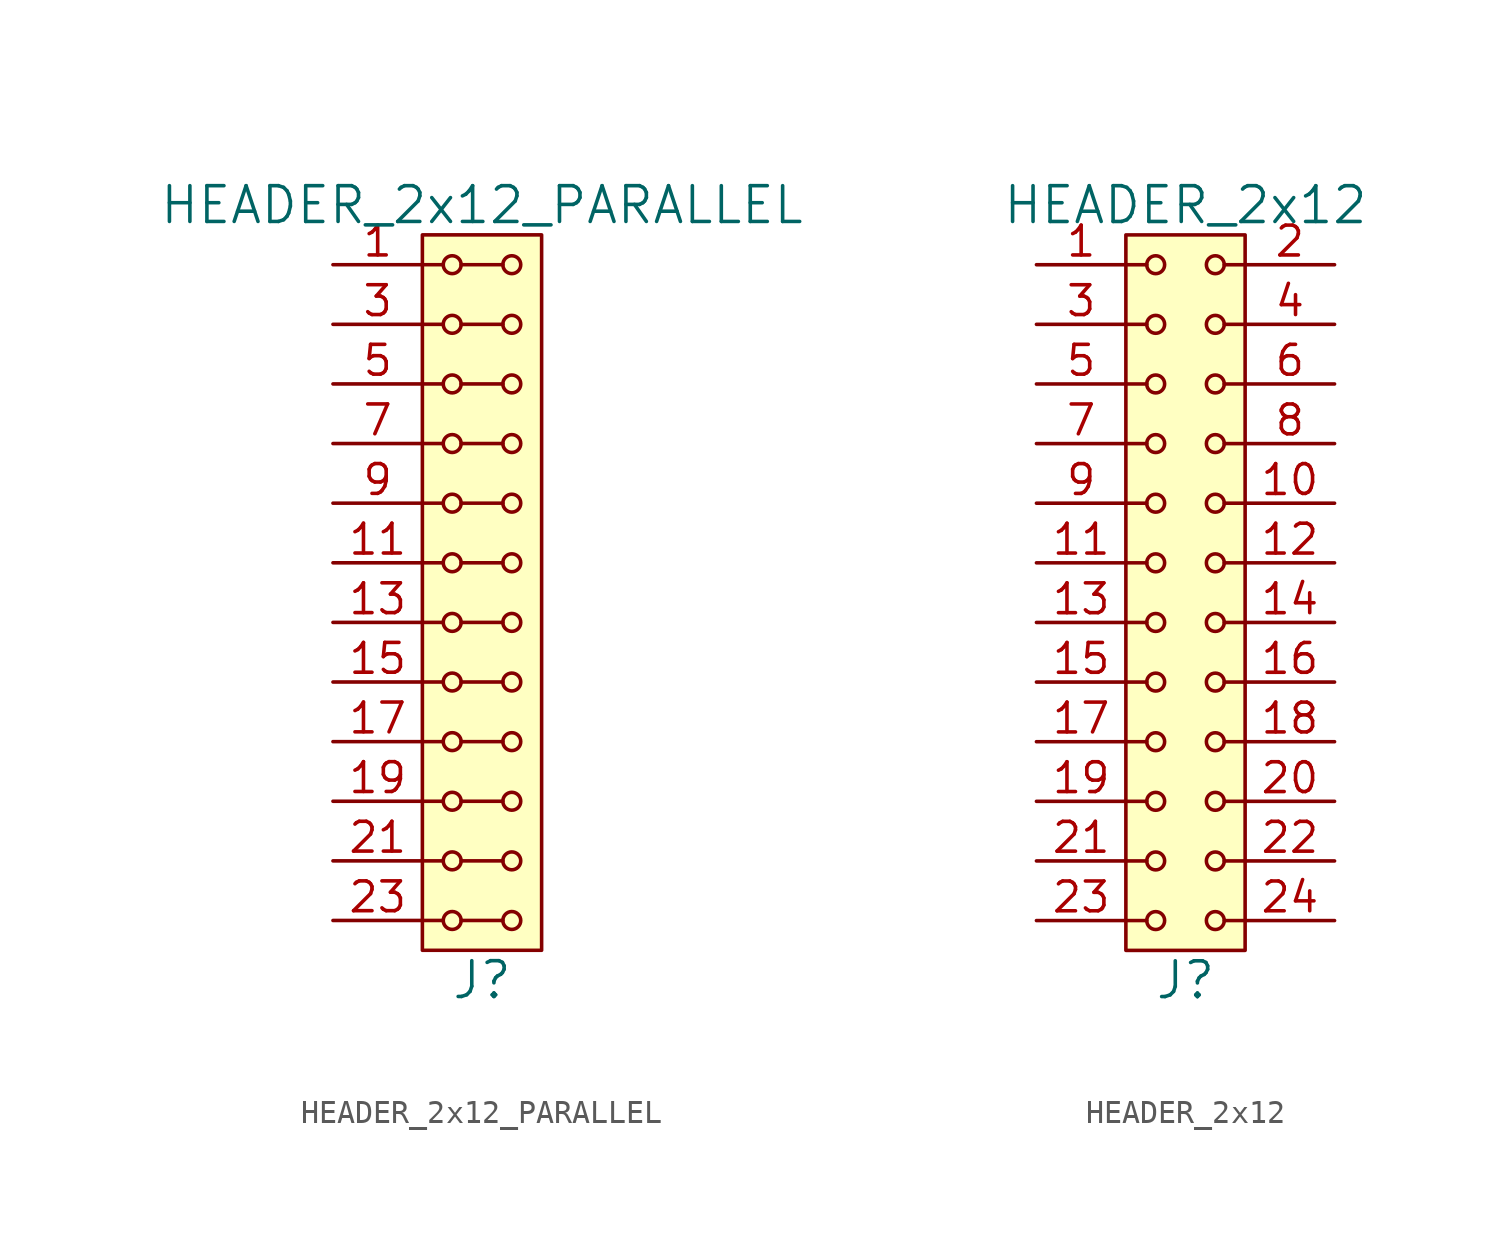
<source format=kicad_sym>
(kicad_symbol_lib
  (version 20211014)
  (generator kicad_symbol_editor)
  (symbol "HEADER_2x12_PARALLEL"
    (pin_names
      (offset 1.016))
    (property "Reference" "J"
      (at 0 -16.51 0)
      (effects (font (size 1.524 1.524))))
    (property "Value" "HEADER_2x12_PARALLEL"
      (at 0 16.51 0)
      (effects (font (size 1.524 1.524))))
    (property "Footprint" ""
      (at 0 13.97 0)
      (effects (font (size 1.524 1.524))))
    (property "Datasheet" ""
      (at 0 13.97 0)
      (effects (font (size 1.524 1.524))))
    (symbol "HEADER_2x12_PARALLEL_0_1"
      (rectangle (start -2.54 15.24) (end 2.54 -15.24) (stroke (width 0) (type default) (color 0 0 0 0)) (fill (type background)))
      (circle (center -1.27 -13.97) (radius 0.381) (stroke (width 0) (type default) (color 0 0 0 0)) (fill (type none)))
      (circle (center -1.27 -11.43) (radius 0.381) (stroke (width 0) (type default) (color 0 0 0 0)) (fill (type none)))
      (circle (center -1.27 -8.89) (radius 0.381) (stroke (width 0) (type default) (color 0 0 0 0)) (fill (type none)))
      (circle (center -1.27 -6.35) (radius 0.381) (stroke (width 0) (type default) (color 0 0 0 0)) (fill (type none)))
      (circle (center -1.27 -3.81) (radius 0.381) (stroke (width 0) (type default) (color 0 0 0 0)) (fill (type none)))
      (circle (center -1.27 -1.27) (radius 0.381) (stroke (width 0) (type default) (color 0 0 0 0)) (fill (type none)))
      (circle (center -1.27 1.27) (radius 0.381) (stroke (width 0) (type default) (color 0 0 0 0)) (fill (type none)))
      (circle (center -1.27 3.81) (radius 0.381) (stroke (width 0) (type default) (color 0 0 0 0)) (fill (type none)))
      (circle (center -1.27 6.35) (radius 0.381) (stroke (width 0) (type default) (color 0 0 0 0)) (fill (type none)))
      (circle (center -1.27 8.89) (radius 0.381) (stroke (width 0) (type default) (color 0 0 0 0)) (fill (type none)))
      (circle (center -1.27 11.43) (radius 0.381) (stroke (width 0) (type default) (color 0 0 0 0)) (fill (type none)))
      (circle (center -1.27 13.97) (radius 0.381) (stroke (width 0) (type default) (color 0 0 0 0)) (fill (type none)))
      (polyline (pts (xy -1.651 -13.97) (xy -2.54 -13.97)) (stroke (width 0) (type default) (color 0 0 0 0)) (fill (type none)))
      (polyline (pts (xy -1.651 -11.43) (xy -2.54 -11.43)) (stroke (width 0) (type default) (color 0 0 0 0)) (fill (type none)))
      (polyline (pts (xy -1.651 -8.89) (xy -2.54 -8.89)) (stroke (width 0) (type default) (color 0 0 0 0)) (fill (type none)))
      (polyline (pts (xy -1.651 -6.35) (xy -2.54 -6.35)) (stroke (width 0) (type default) (color 0 0 0 0)) (fill (type none)))
      (polyline (pts (xy -1.651 -3.81) (xy -2.54 -3.81)) (stroke (width 0) (type default) (color 0 0 0 0)) (fill (type none)))
      (polyline (pts (xy -1.651 -1.27) (xy -2.54 -1.27)) (stroke (width 0) (type default) (color 0 0 0 0)) (fill (type none)))
      (polyline (pts (xy -1.651 1.27) (xy -2.54 1.27)) (stroke (width 0) (type default) (color 0 0 0 0)) (fill (type none)))
      (polyline (pts (xy -1.651 3.81) (xy -2.54 3.81)) (stroke (width 0) (type default) (color 0 0 0 0)) (fill (type none)))
      (polyline (pts (xy -1.651 6.35) (xy -2.54 6.35)) (stroke (width 0) (type default) (color 0 0 0 0)) (fill (type none)))
      (polyline (pts (xy -1.651 8.89) (xy -2.54 8.89)) (stroke (width 0) (type default) (color 0 0 0 0)) (fill (type none)))
      (polyline (pts (xy -1.651 11.43) (xy -2.54 11.43)) (stroke (width 0) (type default) (color 0 0 0 0)) (fill (type none)))
      (polyline (pts (xy -1.651 13.97) (xy -2.54 13.97)) (stroke (width 0) (type default) (color 0 0 0 0)) (fill (type none)))
      (polyline (pts (xy -0.889 -13.97) (xy 0.889 -13.97)) (stroke (width 0) (type default) (color 0 0 0 0)) (fill (type none)))
      (polyline (pts (xy -0.889 -11.43) (xy 0.889 -11.43)) (stroke (width 0) (type default) (color 0 0 0 0)) (fill (type none)))
      (polyline (pts (xy -0.889 -8.89) (xy 0.889 -8.89)) (stroke (width 0) (type default) (color 0 0 0 0)) (fill (type none)))
      (polyline (pts (xy -0.889 -6.35) (xy 0.889 -6.35)) (stroke (width 0) (type default) (color 0 0 0 0)) (fill (type none)))
      (polyline (pts (xy -0.889 -3.81) (xy 0.889 -3.81)) (stroke (width 0) (type default) (color 0 0 0 0)) (fill (type none)))
      (polyline (pts (xy -0.889 -1.27) (xy 0.889 -1.27)) (stroke (width 0) (type default) (color 0 0 0 0)) (fill (type none)))
      (polyline (pts (xy -0.889 1.27) (xy 0.889 1.27)) (stroke (width 0) (type default) (color 0 0 0 0)) (fill (type none)))
      (polyline (pts (xy -0.889 3.81) (xy 0.889 3.81)) (stroke (width 0) (type default) (color 0 0 0 0)) (fill (type none)))
      (polyline (pts (xy -0.889 6.35) (xy 0.889 6.35)) (stroke (width 0) (type default) (color 0 0 0 0)) (fill (type none)))
      (polyline (pts (xy -0.889 8.89) (xy 0.889 8.89)) (stroke (width 0) (type default) (color 0 0 0 0)) (fill (type none)))
      (polyline (pts (xy -0.889 11.43) (xy 0.889 11.43)) (stroke (width 0) (type default) (color 0 0 0 0)) (fill (type none)))
      (polyline (pts (xy -0.889 13.97) (xy 0.889 13.97)) (stroke (width 0) (type default) (color 0 0 0 0)) (fill (type none)))
      (circle (center 1.27 -13.97) (radius 0.381) (stroke (width 0) (type default) (color 0 0 0 0)) (fill (type none)))
      (circle (center 1.27 -11.43) (radius 0.381) (stroke (width 0) (type default) (color 0 0 0 0)) (fill (type none)))
      (circle (center 1.27 -8.89) (radius 0.381) (stroke (width 0) (type default) (color 0 0 0 0)) (fill (type none)))
      (circle (center 1.27 -6.35) (radius 0.381) (stroke (width 0) (type default) (color 0 0 0 0)) (fill (type none)))
      (circle (center 1.27 -3.81) (radius 0.381) (stroke (width 0) (type default) (color 0 0 0 0)) (fill (type none)))
      (circle (center 1.27 -1.27) (radius 0.381) (stroke (width 0) (type default) (color 0 0 0 0)) (fill (type none)))
      (circle (center 1.27 1.27) (radius 0.381) (stroke (width 0) (type default) (color 0 0 0 0)) (fill (type none)))
      (circle (center 1.27 3.81) (radius 0.381) (stroke (width 0) (type default) (color 0 0 0 0)) (fill (type none)))
      (circle (center 1.27 6.35) (radius 0.381) (stroke (width 0) (type default) (color 0 0 0 0)) (fill (type none)))
      (circle (center 1.27 8.89) (radius 0.381) (stroke (width 0) (type default) (color 0 0 0 0)) (fill (type none)))
      (circle (center 1.27 11.43) (radius 0.381) (stroke (width 0) (type default) (color 0 0 0 0)) (fill (type none)))
      (circle (center 1.27 13.97) (radius 0.381) (stroke (width 0) (type default) (color 0 0 0 0)) (fill (type none))))
    (symbol "HEADER_2x12_PARALLEL_1_1"
      (pin input line (at -6.35 13.97 0) (length 3.81) (name "~" (effects (font (size 1.27 1.27)))) (number "1" (effects (font (size 1.27 1.27)))))
      (pin input line (at -6.35 3.81 0) (length 3.81) hide (name "~" (effects (font (size 1.27 1.27)))) (number "10" (effects (font (size 1.27 1.27)))))
      (pin input line (at -6.35 1.27 0) (length 3.81) (name "~" (effects (font (size 1.27 1.27)))) (number "11" (effects (font (size 1.27 1.27)))))
      (pin input line (at -6.35 1.27 0) (length 3.81) hide (name "~" (effects (font (size 1.27 1.27)))) (number "12" (effects (font (size 1.27 1.27)))))
      (pin input line (at -6.35 -1.27 0) (length 3.81) (name "~" (effects (font (size 1.27 1.27)))) (number "13" (effects (font (size 1.27 1.27)))))
      (pin input line (at -6.35 -1.27 0) (length 3.81) hide (name "~" (effects (font (size 1.27 1.27)))) (number "14" (effects (font (size 1.27 1.27)))))
      (pin input line (at -6.35 -3.81 0) (length 3.81) (name "~" (effects (font (size 1.27 1.27)))) (number "15" (effects (font (size 1.27 1.27)))))
      (pin input line (at -6.35 -3.81 0) (length 3.81) hide (name "~" (effects (font (size 1.27 1.27)))) (number "16" (effects (font (size 1.27 1.27)))))
      (pin input line (at -6.35 -6.35 0) (length 3.81) (name "~" (effects (font (size 1.27 1.27)))) (number "17" (effects (font (size 1.27 1.27)))))
      (pin input line (at -6.35 -6.35 0) (length 3.81) hide (name "~" (effects (font (size 1.27 1.27)))) (number "18" (effects (font (size 1.27 1.27)))))
      (pin input line (at -6.35 -8.89 0) (length 3.81) (name "~" (effects (font (size 1.27 1.27)))) (number "19" (effects (font (size 1.27 1.27)))))
      (pin input line (at -6.35 13.97 0) (length 3.81) hide (name "~" (effects (font (size 1.27 1.27)))) (number "2" (effects (font (size 1.27 1.27)))))
      (pin input line (at -6.35 -8.89 0) (length 3.81) hide (name "~" (effects (font (size 1.27 1.27)))) (number "20" (effects (font (size 1.27 1.27)))))
      (pin input line (at -6.35 -11.43 0) (length 3.81) (name "~" (effects (font (size 1.27 1.27)))) (number "21" (effects (font (size 1.27 1.27)))))
      (pin input line (at -6.35 -11.43 0) (length 3.81) hide (name "~" (effects (font (size 1.27 1.27)))) (number "22" (effects (font (size 1.27 1.27)))))
      (pin input line (at -6.35 -13.97 0) (length 3.81) (name "~" (effects (font (size 1.27 1.27)))) (number "23" (effects (font (size 1.27 1.27)))))
      (pin input line (at -6.35 -13.97 0) (length 3.81) hide (name "~" (effects (font (size 1.27 1.27)))) (number "24" (effects (font (size 1.27 1.27)))))
      (pin input line (at -6.35 11.43 0) (length 3.81) (name "~" (effects (font (size 1.27 1.27)))) (number "3" (effects (font (size 1.27 1.27)))))
      (pin input line (at -6.35 11.43 0) (length 3.81) hide (name "~" (effects (font (size 1.27 1.27)))) (number "4" (effects (font (size 1.27 1.27)))))
      (pin input line (at -6.35 8.89 0) (length 3.81) (name "~" (effects (font (size 1.27 1.27)))) (number "5" (effects (font (size 1.27 1.27)))))
      (pin input line (at -6.35 8.89 0) (length 3.81) hide (name "~" (effects (font (size 1.27 1.27)))) (number "6" (effects (font (size 1.27 1.27)))))
      (pin input line (at -6.35 6.35 0) (length 3.81) (name "~" (effects (font (size 1.27 1.27)))) (number "7" (effects (font (size 1.27 1.27)))))
      (pin input line (at -6.35 6.35 0) (length 3.81) hide (name "~" (effects (font (size 1.27 1.27)))) (number "8" (effects (font (size 1.27 1.27)))))
      (pin input line (at -6.35 3.81 0) (length 3.81) (name "~" (effects (font (size 1.27 1.27)))) (number "9" (effects (font (size 1.27 1.27)))))))
  (symbol "HEADER_2x12"
    (pin_names
      (offset 1.016))
    (property "Reference" "J"
      (at 0 -16.51 0)
      (effects (font (size 1.524 1.524))))
    (property "Value" "HEADER_2x12"
      (at 0 16.51 0)
      (effects (font (size 1.524 1.524))))
    (property "Footprint" ""
      (at 0 13.97 0)
      (effects (font (size 1.524 1.524))))
    (property "Datasheet" ""
      (at 0 13.97 0)
      (effects (font (size 1.524 1.524))))
    (symbol "HEADER_2x12_0_1"
      (rectangle (start -2.54 15.24) (end 2.54 -15.24) (stroke (width 0) (type default) (color 0 0 0 0)) (fill (type background)))
      (circle (center -1.27 -13.97) (radius 0.381) (stroke (width 0) (type default) (color 0 0 0 0)) (fill (type none)))
      (circle (center -1.27 -11.43) (radius 0.381) (stroke (width 0) (type default) (color 0 0 0 0)) (fill (type none)))
      (circle (center -1.27 -8.89) (radius 0.381) (stroke (width 0) (type default) (color 0 0 0 0)) (fill (type none)))
      (circle (center -1.27 -6.35) (radius 0.381) (stroke (width 0) (type default) (color 0 0 0 0)) (fill (type none)))
      (circle (center -1.27 -3.81) (radius 0.381) (stroke (width 0) (type default) (color 0 0 0 0)) (fill (type none)))
      (circle (center -1.27 -1.27) (radius 0.381) (stroke (width 0) (type default) (color 0 0 0 0)) (fill (type none)))
      (circle (center -1.27 1.27) (radius 0.381) (stroke (width 0) (type default) (color 0 0 0 0)) (fill (type none)))
      (circle (center -1.27 3.81) (radius 0.381) (stroke (width 0) (type default) (color 0 0 0 0)) (fill (type none)))
      (circle (center -1.27 6.35) (radius 0.381) (stroke (width 0) (type default) (color 0 0 0 0)) (fill (type none)))
      (circle (center -1.27 8.89) (radius 0.381) (stroke (width 0) (type default) (color 0 0 0 0)) (fill (type none)))
      (circle (center -1.27 11.43) (radius 0.381) (stroke (width 0) (type default) (color 0 0 0 0)) (fill (type none)))
      (circle (center -1.27 13.97) (radius 0.381) (stroke (width 0) (type default) (color 0 0 0 0)) (fill (type none)))
      (polyline (pts (xy -1.651 -13.97) (xy -2.54 -13.97)) (stroke (width 0) (type default) (color 0 0 0 0)) (fill (type none)))
      (polyline (pts (xy -1.651 -11.43) (xy -2.54 -11.43)) (stroke (width 0) (type default) (color 0 0 0 0)) (fill (type none)))
      (polyline (pts (xy -1.651 -8.89) (xy -2.54 -8.89)) (stroke (width 0) (type default) (color 0 0 0 0)) (fill (type none)))
      (polyline (pts (xy -1.651 -6.35) (xy -2.54 -6.35)) (stroke (width 0) (type default) (color 0 0 0 0)) (fill (type none)))
      (polyline (pts (xy -1.651 -3.81) (xy -2.54 -3.81)) (stroke (width 0) (type default) (color 0 0 0 0)) (fill (type none)))
      (polyline (pts (xy -1.651 -1.27) (xy -2.54 -1.27)) (stroke (width 0) (type default) (color 0 0 0 0)) (fill (type none)))
      (polyline (pts (xy -1.651 1.27) (xy -2.54 1.27)) (stroke (width 0) (type default) (color 0 0 0 0)) (fill (type none)))
      (polyline (pts (xy -1.651 3.81) (xy -2.54 3.81)) (stroke (width 0) (type default) (color 0 0 0 0)) (fill (type none)))
      (polyline (pts (xy -1.651 6.35) (xy -2.54 6.35)) (stroke (width 0) (type default) (color 0 0 0 0)) (fill (type none)))
      (polyline (pts (xy -1.651 8.89) (xy -2.54 8.89)) (stroke (width 0) (type default) (color 0 0 0 0)) (fill (type none)))
      (polyline (pts (xy -1.651 11.43) (xy -2.54 11.43)) (stroke (width 0) (type default) (color 0 0 0 0)) (fill (type none)))
      (polyline (pts (xy -1.651 13.97) (xy -2.54 13.97)) (stroke (width 0) (type default) (color 0 0 0 0)) (fill (type none)))
      (polyline (pts (xy 1.651 -13.97) (xy 2.54 -13.97)) (stroke (width 0) (type default) (color 0 0 0 0)) (fill (type none)))
      (polyline (pts (xy 1.651 -11.43) (xy 2.54 -11.43)) (stroke (width 0) (type default) (color 0 0 0 0)) (fill (type none)))
      (polyline (pts (xy 1.651 -8.89) (xy 2.54 -8.89)) (stroke (width 0) (type default) (color 0 0 0 0)) (fill (type none)))
      (polyline (pts (xy 1.651 -6.35) (xy 2.54 -6.35)) (stroke (width 0) (type default) (color 0 0 0 0)) (fill (type none)))
      (polyline (pts (xy 1.651 -3.81) (xy 2.54 -3.81)) (stroke (width 0) (type default) (color 0 0 0 0)) (fill (type none)))
      (polyline (pts (xy 1.651 -1.27) (xy 2.54 -1.27)) (stroke (width 0) (type default) (color 0 0 0 0)) (fill (type none)))
      (polyline (pts (xy 1.651 1.27) (xy 2.54 1.27)) (stroke (width 0) (type default) (color 0 0 0 0)) (fill (type none)))
      (polyline (pts (xy 1.651 3.81) (xy 2.54 3.81)) (stroke (width 0) (type default) (color 0 0 0 0)) (fill (type none)))
      (polyline (pts (xy 1.651 6.35) (xy 2.54 6.35)) (stroke (width 0) (type default) (color 0 0 0 0)) (fill (type none)))
      (polyline (pts (xy 1.651 8.89) (xy 2.54 8.89)) (stroke (width 0) (type default) (color 0 0 0 0)) (fill (type none)))
      (polyline (pts (xy 1.651 11.43) (xy 2.54 11.43)) (stroke (width 0) (type default) (color 0 0 0 0)) (fill (type none)))
      (polyline (pts (xy 1.651 13.97) (xy 2.54 13.97)) (stroke (width 0) (type default) (color 0 0 0 0)) (fill (type none)))
      (circle (center 1.27 -13.97) (radius 0.381) (stroke (width 0) (type default) (color 0 0 0 0)) (fill (type none)))
      (circle (center 1.27 -11.43) (radius 0.381) (stroke (width 0) (type default) (color 0 0 0 0)) (fill (type none)))
      (circle (center 1.27 -8.89) (radius 0.381) (stroke (width 0) (type default) (color 0 0 0 0)) (fill (type none)))
      (circle (center 1.27 -6.35) (radius 0.381) (stroke (width 0) (type default) (color 0 0 0 0)) (fill (type none)))
      (circle (center 1.27 -3.81) (radius 0.381) (stroke (width 0) (type default) (color 0 0 0 0)) (fill (type none)))
      (circle (center 1.27 -1.27) (radius 0.381) (stroke (width 0) (type default) (color 0 0 0 0)) (fill (type none)))
      (circle (center 1.27 1.27) (radius 0.381) (stroke (width 0) (type default) (color 0 0 0 0)) (fill (type none)))
      (circle (center 1.27 3.81) (radius 0.381) (stroke (width 0) (type default) (color 0 0 0 0)) (fill (type none)))
      (circle (center 1.27 6.35) (radius 0.381) (stroke (width 0) (type default) (color 0 0 0 0)) (fill (type none)))
      (circle (center 1.27 8.89) (radius 0.381) (stroke (width 0) (type default) (color 0 0 0 0)) (fill (type none)))
      (circle (center 1.27 11.43) (radius 0.381) (stroke (width 0) (type default) (color 0 0 0 0)) (fill (type none)))
      (circle (center 1.27 13.97) (radius 0.381) (stroke (width 0) (type default) (color 0 0 0 0)) (fill (type none))))
    (symbol "HEADER_2x12_1_1"
      (pin input line (at -6.35 13.97 0) (length 3.81) (name "~" (effects (font (size 1.27 1.27)))) (number "1" (effects (font (size 1.27 1.27)))))
      (pin input line (at 6.35 3.81 180) (length 3.81) (name "~" (effects (font (size 1.27 1.27)))) (number "10" (effects (font (size 1.27 1.27)))))
      (pin input line (at -6.35 1.27 0) (length 3.81) (name "~" (effects (font (size 1.27 1.27)))) (number "11" (effects (font (size 1.27 1.27)))))
      (pin input line (at 6.35 1.27 180) (length 3.81) (name "~" (effects (font (size 1.27 1.27)))) (number "12" (effects (font (size 1.27 1.27)))))
      (pin input line (at -6.35 -1.27 0) (length 3.81) (name "~" (effects (font (size 1.27 1.27)))) (number "13" (effects (font (size 1.27 1.27)))))
      (pin input line (at 6.35 -1.27 180) (length 3.81) (name "~" (effects (font (size 1.27 1.27)))) (number "14" (effects (font (size 1.27 1.27)))))
      (pin input line (at -6.35 -3.81 0) (length 3.81) (name "~" (effects (font (size 1.27 1.27)))) (number "15" (effects (font (size 1.27 1.27)))))
      (pin input line (at 6.35 -3.81 180) (length 3.81) (name "~" (effects (font (size 1.27 1.27)))) (number "16" (effects (font (size 1.27 1.27)))))
      (pin input line (at -6.35 -6.35 0) (length 3.81) (name "~" (effects (font (size 1.27 1.27)))) (number "17" (effects (font (size 1.27 1.27)))))
      (pin input line (at 6.35 -6.35 180) (length 3.81) (name "~" (effects (font (size 1.27 1.27)))) (number "18" (effects (font (size 1.27 1.27)))))
      (pin input line (at -6.35 -8.89 0) (length 3.81) (name "~" (effects (font (size 1.27 1.27)))) (number "19" (effects (font (size 1.27 1.27)))))
      (pin input line (at 6.35 13.97 180) (length 3.81) (name "~" (effects (font (size 1.27 1.27)))) (number "2" (effects (font (size 1.27 1.27)))))
      (pin input line (at 6.35 -8.89 180) (length 3.81) (name "~" (effects (font (size 1.27 1.27)))) (number "20" (effects (font (size 1.27 1.27)))))
      (pin input line (at -6.35 -11.43 0) (length 3.81) (name "~" (effects (font (size 1.27 1.27)))) (number "21" (effects (font (size 1.27 1.27)))))
      (pin input line (at 6.35 -11.43 180) (length 3.81) (name "~" (effects (font (size 1.27 1.27)))) (number "22" (effects (font (size 1.27 1.27)))))
      (pin input line (at -6.35 -13.97 0) (length 3.81) (name "~" (effects (font (size 1.27 1.27)))) (number "23" (effects (font (size 1.27 1.27)))))
      (pin input line (at 6.35 -13.97 180) (length 3.81) (name "~" (effects (font (size 1.27 1.27)))) (number "24" (effects (font (size 1.27 1.27)))))
      (pin input line (at -6.35 11.43 0) (length 3.81) (name "~" (effects (font (size 1.27 1.27)))) (number "3" (effects (font (size 1.27 1.27)))))
      (pin input line (at 6.35 11.43 180) (length 3.81) (name "~" (effects (font (size 1.27 1.27)))) (number "4" (effects (font (size 1.27 1.27)))))
      (pin input line (at -6.35 8.89 0) (length 3.81) (name "~" (effects (font (size 1.27 1.27)))) (number "5" (effects (font (size 1.27 1.27)))))
      (pin input line (at 6.35 8.89 180) (length 3.81) (name "~" (effects (font (size 1.27 1.27)))) (number "6" (effects (font (size 1.27 1.27)))))
      (pin input line (at -6.35 6.35 0) (length 3.81) (name "~" (effects (font (size 1.27 1.27)))) (number "7" (effects (font (size 1.27 1.27)))))
      (pin input line (at 6.35 6.35 180) (length 3.81) (name "~" (effects (font (size 1.27 1.27)))) (number "8" (effects (font (size 1.27 1.27)))))
      (pin input line (at -6.35 3.81 0) (length 3.81) (name "~" (effects (font (size 1.27 1.27)))) (number "9" (effects (font (size 1.27 1.27))))))))
</source>
